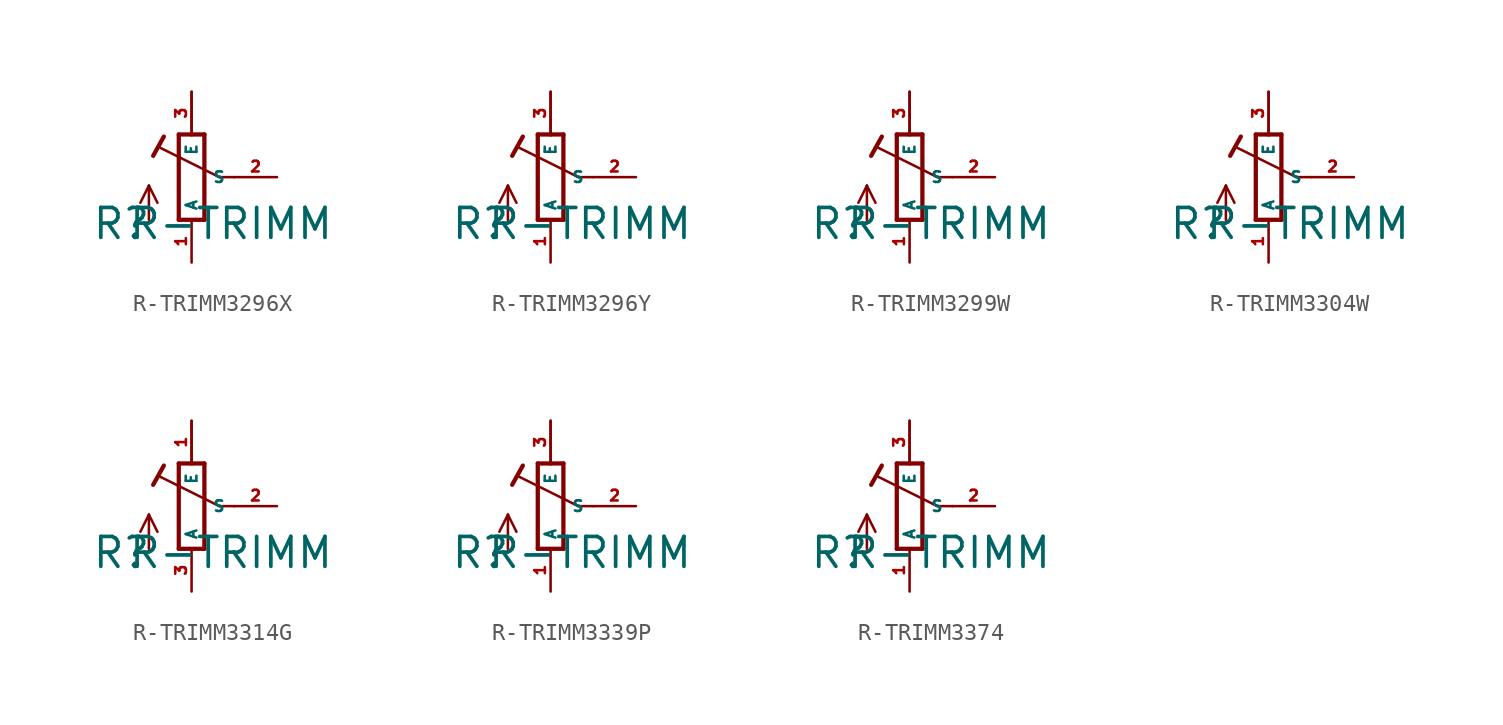
<source format=kicad_sym>
(kicad_symbol_lib
  (version 20220914)
  (generator Eagle2Kicad)
  (symbol "R-TRIMM3296X"
    (property "Reference" "R"
      (at -5.969 -3.81 0)
      (effects (font (size 1.778 1.778) (thickness 0.22)) (justify left bottom)))
    (property "Value" "R-TRIMM"
      (at -3.81 -3.81 0)
      (effects (font (size 1.778 1.778) (thickness 0.22)) (justify left bottom)))
    (polyline
      (pts (xy 0.762 2.54) (xy 0 2.54))
      (stroke (width 0.254) (type default))
      (fill (type none)))
    (polyline
      (pts (xy -0.762 2.54) (xy -0.762 -2.54))
      (stroke (width 0.254) (type default))
      (fill (type none)))
    (polyline
      (pts (xy 0.762 -2.54) (xy 0.762 2.54))
      (stroke (width 0.254) (type default))
      (fill (type none)))
    (polyline
      (pts (xy 2.54 0) (xy 1.651 0))
      (stroke (width 0.152) (type default))
      (fill (type none)))
    (polyline
      (pts (xy 1.651 0) (xy -1.88 1.753))
      (stroke (width 0.152) (type default))
      (fill (type none)))
    (polyline
      (pts (xy 0 2.54) (xy 0 5.08))
      (stroke (width 0.152) (type default))
      (fill (type none)))
    (polyline
      (pts (xy 0 2.54) (xy -0.762 2.54))
      (stroke (width 0.254) (type default))
      (fill (type none)))
    (polyline
      (pts (xy -0.762 -2.54) (xy 0.762 -2.54))
      (stroke (width 0.254) (type default))
      (fill (type none)))
    (polyline
      (pts (xy -2.286 1.27) (xy -1.651 2.413))
      (stroke (width 0.254) (type default))
      (fill (type none)))
    (polyline
      (pts (xy -2.54 -2.54) (xy -2.54 -0.508))
      (stroke (width 0.152) (type default))
      (fill (type none)))
    (polyline
      (pts (xy -2.54 -0.508) (xy -3.048 -1.524))
      (stroke (width 0.152) (type default))
      (fill (type none)))
    (polyline
      (pts (xy -2.54 -0.508) (xy -2.032 -1.524))
      (stroke (width 0.152) (type default))
      (fill (type none)))
    (pin passive line
      (at 0 -5.08 90)
      (length 2.54)
      (name "A" (effects (font (size 0.635 0.635) (thickness 0.08)) (justify left bottom)))
      (number "1" (effects (font (size 0.635 0.635) (thickness 0.08)) (justify left bottom))))
    (pin passive line
      (at 0 5.08 270)
      (length 2.54)
      (name "E" (effects (font (size 0.635 0.635) (thickness 0.08)) (justify left bottom)))
      (number "3" (effects (font (size 0.635 0.635) (thickness 0.08)) (justify left bottom))))
    (pin passive line
      (at 5.08 0 180)
      (length 2.54)
      (name "S" (effects (font (size 0.635 0.635) (thickness 0.08)) (justify left bottom)))
      (number "2" (effects (font (size 0.635 0.635) (thickness 0.08)) (justify left bottom)))))
  (symbol "R-TRIMM3296Y"
    (property "Reference" "R"
      (at -5.969 -3.81 0)
      (effects (font (size 1.778 1.778) (thickness 0.22)) (justify left bottom)))
    (property "Value" "R-TRIMM"
      (at -3.81 -3.81 0)
      (effects (font (size 1.778 1.778) (thickness 0.22)) (justify left bottom)))
    (polyline
      (pts (xy 0.762 2.54) (xy 0 2.54))
      (stroke (width 0.254) (type default))
      (fill (type none)))
    (polyline
      (pts (xy -0.762 2.54) (xy -0.762 -2.54))
      (stroke (width 0.254) (type default))
      (fill (type none)))
    (polyline
      (pts (xy 0.762 -2.54) (xy 0.762 2.54))
      (stroke (width 0.254) (type default))
      (fill (type none)))
    (polyline
      (pts (xy 2.54 0) (xy 1.651 0))
      (stroke (width 0.152) (type default))
      (fill (type none)))
    (polyline
      (pts (xy 1.651 0) (xy -1.88 1.753))
      (stroke (width 0.152) (type default))
      (fill (type none)))
    (polyline
      (pts (xy 0 2.54) (xy 0 5.08))
      (stroke (width 0.152) (type default))
      (fill (type none)))
    (polyline
      (pts (xy 0 2.54) (xy -0.762 2.54))
      (stroke (width 0.254) (type default))
      (fill (type none)))
    (polyline
      (pts (xy -0.762 -2.54) (xy 0.762 -2.54))
      (stroke (width 0.254) (type default))
      (fill (type none)))
    (polyline
      (pts (xy -2.286 1.27) (xy -1.651 2.413))
      (stroke (width 0.254) (type default))
      (fill (type none)))
    (polyline
      (pts (xy -2.54 -2.54) (xy -2.54 -0.508))
      (stroke (width 0.152) (type default))
      (fill (type none)))
    (polyline
      (pts (xy -2.54 -0.508) (xy -3.048 -1.524))
      (stroke (width 0.152) (type default))
      (fill (type none)))
    (polyline
      (pts (xy -2.54 -0.508) (xy -2.032 -1.524))
      (stroke (width 0.152) (type default))
      (fill (type none)))
    (pin passive line
      (at 0 -5.08 90)
      (length 2.54)
      (name "A" (effects (font (size 0.635 0.635) (thickness 0.08)) (justify left bottom)))
      (number "1" (effects (font (size 0.635 0.635) (thickness 0.08)) (justify left bottom))))
    (pin passive line
      (at 0 5.08 270)
      (length 2.54)
      (name "E" (effects (font (size 0.635 0.635) (thickness 0.08)) (justify left bottom)))
      (number "3" (effects (font (size 0.635 0.635) (thickness 0.08)) (justify left bottom))))
    (pin passive line
      (at 5.08 0 180)
      (length 2.54)
      (name "S" (effects (font (size 0.635 0.635) (thickness 0.08)) (justify left bottom)))
      (number "2" (effects (font (size 0.635 0.635) (thickness 0.08)) (justify left bottom)))))
  (symbol "R-TRIMM3299W"
    (property "Reference" "R"
      (at -5.969 -3.81 0)
      (effects (font (size 1.778 1.778) (thickness 0.22)) (justify left bottom)))
    (property "Value" "R-TRIMM"
      (at -3.81 -3.81 0)
      (effects (font (size 1.778 1.778) (thickness 0.22)) (justify left bottom)))
    (polyline
      (pts (xy 0.762 2.54) (xy 0 2.54))
      (stroke (width 0.254) (type default))
      (fill (type none)))
    (polyline
      (pts (xy -0.762 2.54) (xy -0.762 -2.54))
      (stroke (width 0.254) (type default))
      (fill (type none)))
    (polyline
      (pts (xy 0.762 -2.54) (xy 0.762 2.54))
      (stroke (width 0.254) (type default))
      (fill (type none)))
    (polyline
      (pts (xy 2.54 0) (xy 1.651 0))
      (stroke (width 0.152) (type default))
      (fill (type none)))
    (polyline
      (pts (xy 1.651 0) (xy -1.88 1.753))
      (stroke (width 0.152) (type default))
      (fill (type none)))
    (polyline
      (pts (xy 0 2.54) (xy 0 5.08))
      (stroke (width 0.152) (type default))
      (fill (type none)))
    (polyline
      (pts (xy 0 2.54) (xy -0.762 2.54))
      (stroke (width 0.254) (type default))
      (fill (type none)))
    (polyline
      (pts (xy -0.762 -2.54) (xy 0.762 -2.54))
      (stroke (width 0.254) (type default))
      (fill (type none)))
    (polyline
      (pts (xy -2.286 1.27) (xy -1.651 2.413))
      (stroke (width 0.254) (type default))
      (fill (type none)))
    (polyline
      (pts (xy -2.54 -2.54) (xy -2.54 -0.508))
      (stroke (width 0.152) (type default))
      (fill (type none)))
    (polyline
      (pts (xy -2.54 -0.508) (xy -3.048 -1.524))
      (stroke (width 0.152) (type default))
      (fill (type none)))
    (polyline
      (pts (xy -2.54 -0.508) (xy -2.032 -1.524))
      (stroke (width 0.152) (type default))
      (fill (type none)))
    (pin passive line
      (at 0 -5.08 90)
      (length 2.54)
      (name "A" (effects (font (size 0.635 0.635) (thickness 0.08)) (justify left bottom)))
      (number "1" (effects (font (size 0.635 0.635) (thickness 0.08)) (justify left bottom))))
    (pin passive line
      (at 0 5.08 270)
      (length 2.54)
      (name "E" (effects (font (size 0.635 0.635) (thickness 0.08)) (justify left bottom)))
      (number "3" (effects (font (size 0.635 0.635) (thickness 0.08)) (justify left bottom))))
    (pin passive line
      (at 5.08 0 180)
      (length 2.54)
      (name "S" (effects (font (size 0.635 0.635) (thickness 0.08)) (justify left bottom)))
      (number "2" (effects (font (size 0.635 0.635) (thickness 0.08)) (justify left bottom)))))
  (symbol "R-TRIMM3304W"
    (property "Reference" "R"
      (at -5.969 -3.81 0)
      (effects (font (size 1.778 1.778) (thickness 0.22)) (justify left bottom)))
    (property "Value" "R-TRIMM"
      (at -3.81 -3.81 0)
      (effects (font (size 1.778 1.778) (thickness 0.22)) (justify left bottom)))
    (polyline
      (pts (xy 0.762 2.54) (xy 0 2.54))
      (stroke (width 0.254) (type default))
      (fill (type none)))
    (polyline
      (pts (xy -0.762 2.54) (xy -0.762 -2.54))
      (stroke (width 0.254) (type default))
      (fill (type none)))
    (polyline
      (pts (xy 0.762 -2.54) (xy 0.762 2.54))
      (stroke (width 0.254) (type default))
      (fill (type none)))
    (polyline
      (pts (xy 2.54 0) (xy 1.651 0))
      (stroke (width 0.152) (type default))
      (fill (type none)))
    (polyline
      (pts (xy 1.651 0) (xy -1.88 1.753))
      (stroke (width 0.152) (type default))
      (fill (type none)))
    (polyline
      (pts (xy 0 2.54) (xy 0 5.08))
      (stroke (width 0.152) (type default))
      (fill (type none)))
    (polyline
      (pts (xy 0 2.54) (xy -0.762 2.54))
      (stroke (width 0.254) (type default))
      (fill (type none)))
    (polyline
      (pts (xy -0.762 -2.54) (xy 0.762 -2.54))
      (stroke (width 0.254) (type default))
      (fill (type none)))
    (polyline
      (pts (xy -2.286 1.27) (xy -1.651 2.413))
      (stroke (width 0.254) (type default))
      (fill (type none)))
    (polyline
      (pts (xy -2.54 -2.54) (xy -2.54 -0.508))
      (stroke (width 0.152) (type default))
      (fill (type none)))
    (polyline
      (pts (xy -2.54 -0.508) (xy -3.048 -1.524))
      (stroke (width 0.152) (type default))
      (fill (type none)))
    (polyline
      (pts (xy -2.54 -0.508) (xy -2.032 -1.524))
      (stroke (width 0.152) (type default))
      (fill (type none)))
    (pin passive line
      (at 0 -5.08 90)
      (length 2.54)
      (name "A" (effects (font (size 0.635 0.635) (thickness 0.08)) (justify left bottom)))
      (number "1" (effects (font (size 0.635 0.635) (thickness 0.08)) (justify left bottom))))
    (pin passive line
      (at 0 5.08 270)
      (length 2.54)
      (name "E" (effects (font (size 0.635 0.635) (thickness 0.08)) (justify left bottom)))
      (number "3" (effects (font (size 0.635 0.635) (thickness 0.08)) (justify left bottom))))
    (pin passive line
      (at 5.08 0 180)
      (length 2.54)
      (name "S" (effects (font (size 0.635 0.635) (thickness 0.08)) (justify left bottom)))
      (number "2" (effects (font (size 0.635 0.635) (thickness 0.08)) (justify left bottom)))))
  (symbol "R-TRIMM3314G"
    (property "Reference" "R"
      (at -5.969 -3.81 0)
      (effects (font (size 1.778 1.778) (thickness 0.22)) (justify left bottom)))
    (property "Value" "R-TRIMM"
      (at -3.81 -3.81 0)
      (effects (font (size 1.778 1.778) (thickness 0.22)) (justify left bottom)))
    (polyline
      (pts (xy 0.762 2.54) (xy 0 2.54))
      (stroke (width 0.254) (type default))
      (fill (type none)))
    (polyline
      (pts (xy -0.762 2.54) (xy -0.762 -2.54))
      (stroke (width 0.254) (type default))
      (fill (type none)))
    (polyline
      (pts (xy 0.762 -2.54) (xy 0.762 2.54))
      (stroke (width 0.254) (type default))
      (fill (type none)))
    (polyline
      (pts (xy 2.54 0) (xy 1.651 0))
      (stroke (width 0.152) (type default))
      (fill (type none)))
    (polyline
      (pts (xy 1.651 0) (xy -1.88 1.753))
      (stroke (width 0.152) (type default))
      (fill (type none)))
    (polyline
      (pts (xy 0 2.54) (xy 0 5.08))
      (stroke (width 0.152) (type default))
      (fill (type none)))
    (polyline
      (pts (xy 0 2.54) (xy -0.762 2.54))
      (stroke (width 0.254) (type default))
      (fill (type none)))
    (polyline
      (pts (xy -0.762 -2.54) (xy 0.762 -2.54))
      (stroke (width 0.254) (type default))
      (fill (type none)))
    (polyline
      (pts (xy -2.286 1.27) (xy -1.651 2.413))
      (stroke (width 0.254) (type default))
      (fill (type none)))
    (polyline
      (pts (xy -2.54 -2.54) (xy -2.54 -0.508))
      (stroke (width 0.152) (type default))
      (fill (type none)))
    (polyline
      (pts (xy -2.54 -0.508) (xy -3.048 -1.524))
      (stroke (width 0.152) (type default))
      (fill (type none)))
    (polyline
      (pts (xy -2.54 -0.508) (xy -2.032 -1.524))
      (stroke (width 0.152) (type default))
      (fill (type none)))
    (pin passive line
      (at 0 -5.08 90)
      (length 2.54)
      (name "A" (effects (font (size 0.635 0.635) (thickness 0.08)) (justify left bottom)))
      (number "3" (effects (font (size 0.635 0.635) (thickness 0.08)) (justify left bottom))))
    (pin passive line
      (at 0 5.08 270)
      (length 2.54)
      (name "E" (effects (font (size 0.635 0.635) (thickness 0.08)) (justify left bottom)))
      (number "1" (effects (font (size 0.635 0.635) (thickness 0.08)) (justify left bottom))))
    (pin passive line
      (at 5.08 0 180)
      (length 2.54)
      (name "S" (effects (font (size 0.635 0.635) (thickness 0.08)) (justify left bottom)))
      (number "2" (effects (font (size 0.635 0.635) (thickness 0.08)) (justify left bottom)))))
  (symbol "R-TRIMM3339P"
    (property "Reference" "R"
      (at -5.969 -3.81 0)
      (effects (font (size 1.778 1.778) (thickness 0.22)) (justify left bottom)))
    (property "Value" "R-TRIMM"
      (at -3.81 -3.81 0)
      (effects (font (size 1.778 1.778) (thickness 0.22)) (justify left bottom)))
    (polyline
      (pts (xy 0.762 2.54) (xy 0 2.54))
      (stroke (width 0.254) (type default))
      (fill (type none)))
    (polyline
      (pts (xy -0.762 2.54) (xy -0.762 -2.54))
      (stroke (width 0.254) (type default))
      (fill (type none)))
    (polyline
      (pts (xy 0.762 -2.54) (xy 0.762 2.54))
      (stroke (width 0.254) (type default))
      (fill (type none)))
    (polyline
      (pts (xy 2.54 0) (xy 1.651 0))
      (stroke (width 0.152) (type default))
      (fill (type none)))
    (polyline
      (pts (xy 1.651 0) (xy -1.88 1.753))
      (stroke (width 0.152) (type default))
      (fill (type none)))
    (polyline
      (pts (xy 0 2.54) (xy 0 5.08))
      (stroke (width 0.152) (type default))
      (fill (type none)))
    (polyline
      (pts (xy 0 2.54) (xy -0.762 2.54))
      (stroke (width 0.254) (type default))
      (fill (type none)))
    (polyline
      (pts (xy -0.762 -2.54) (xy 0.762 -2.54))
      (stroke (width 0.254) (type default))
      (fill (type none)))
    (polyline
      (pts (xy -2.286 1.27) (xy -1.651 2.413))
      (stroke (width 0.254) (type default))
      (fill (type none)))
    (polyline
      (pts (xy -2.54 -2.54) (xy -2.54 -0.508))
      (stroke (width 0.152) (type default))
      (fill (type none)))
    (polyline
      (pts (xy -2.54 -0.508) (xy -3.048 -1.524))
      (stroke (width 0.152) (type default))
      (fill (type none)))
    (polyline
      (pts (xy -2.54 -0.508) (xy -2.032 -1.524))
      (stroke (width 0.152) (type default))
      (fill (type none)))
    (pin passive line
      (at 0 -5.08 90)
      (length 2.54)
      (name "A" (effects (font (size 0.635 0.635) (thickness 0.08)) (justify left bottom)))
      (number "1" (effects (font (size 0.635 0.635) (thickness 0.08)) (justify left bottom))))
    (pin passive line
      (at 0 5.08 270)
      (length 2.54)
      (name "E" (effects (font (size 0.635 0.635) (thickness 0.08)) (justify left bottom)))
      (number "3" (effects (font (size 0.635 0.635) (thickness 0.08)) (justify left bottom))))
    (pin passive line
      (at 5.08 0 180)
      (length 2.54)
      (name "S" (effects (font (size 0.635 0.635) (thickness 0.08)) (justify left bottom)))
      (number "2" (effects (font (size 0.635 0.635) (thickness 0.08)) (justify left bottom)))))
  (symbol "R-TRIMM3374"
    (property "Reference" "R"
      (at -5.969 -3.81 0)
      (effects (font (size 1.778 1.778) (thickness 0.22)) (justify left bottom)))
    (property "Value" "R-TRIMM"
      (at -3.81 -3.81 0)
      (effects (font (size 1.778 1.778) (thickness 0.22)) (justify left bottom)))
    (polyline
      (pts (xy 0.762 2.54) (xy 0 2.54))
      (stroke (width 0.254) (type default))
      (fill (type none)))
    (polyline
      (pts (xy -0.762 2.54) (xy -0.762 -2.54))
      (stroke (width 0.254) (type default))
      (fill (type none)))
    (polyline
      (pts (xy 0.762 -2.54) (xy 0.762 2.54))
      (stroke (width 0.254) (type default))
      (fill (type none)))
    (polyline
      (pts (xy 2.54 0) (xy 1.651 0))
      (stroke (width 0.152) (type default))
      (fill (type none)))
    (polyline
      (pts (xy 1.651 0) (xy -1.88 1.753))
      (stroke (width 0.152) (type default))
      (fill (type none)))
    (polyline
      (pts (xy 0 2.54) (xy 0 5.08))
      (stroke (width 0.152) (type default))
      (fill (type none)))
    (polyline
      (pts (xy 0 2.54) (xy -0.762 2.54))
      (stroke (width 0.254) (type default))
      (fill (type none)))
    (polyline
      (pts (xy -0.762 -2.54) (xy 0.762 -2.54))
      (stroke (width 0.254) (type default))
      (fill (type none)))
    (polyline
      (pts (xy -2.286 1.27) (xy -1.651 2.413))
      (stroke (width 0.254) (type default))
      (fill (type none)))
    (polyline
      (pts (xy -2.54 -2.54) (xy -2.54 -0.508))
      (stroke (width 0.152) (type default))
      (fill (type none)))
    (polyline
      (pts (xy -2.54 -0.508) (xy -3.048 -1.524))
      (stroke (width 0.152) (type default))
      (fill (type none)))
    (polyline
      (pts (xy -2.54 -0.508) (xy -2.032 -1.524))
      (stroke (width 0.152) (type default))
      (fill (type none)))
    (pin passive line
      (at 0 -5.08 90)
      (length 2.54)
      (name "A" (effects (font (size 0.635 0.635) (thickness 0.08)) (justify left bottom)))
      (number "1" (effects (font (size 0.635 0.635) (thickness 0.08)) (justify left bottom))))
    (pin passive line
      (at 0 5.08 270)
      (length 2.54)
      (name "E" (effects (font (size 0.635 0.635) (thickness 0.08)) (justify left bottom)))
      (number "3" (effects (font (size 0.635 0.635) (thickness 0.08)) (justify left bottom))))
    (pin passive line
      (at 5.08 0 180)
      (length 2.54)
      (name "S" (effects (font (size 0.635 0.635) (thickness 0.08)) (justify left bottom)))
      (number "2" (effects (font (size 0.635 0.635) (thickness 0.08)) (justify left bottom))))))
</source>
